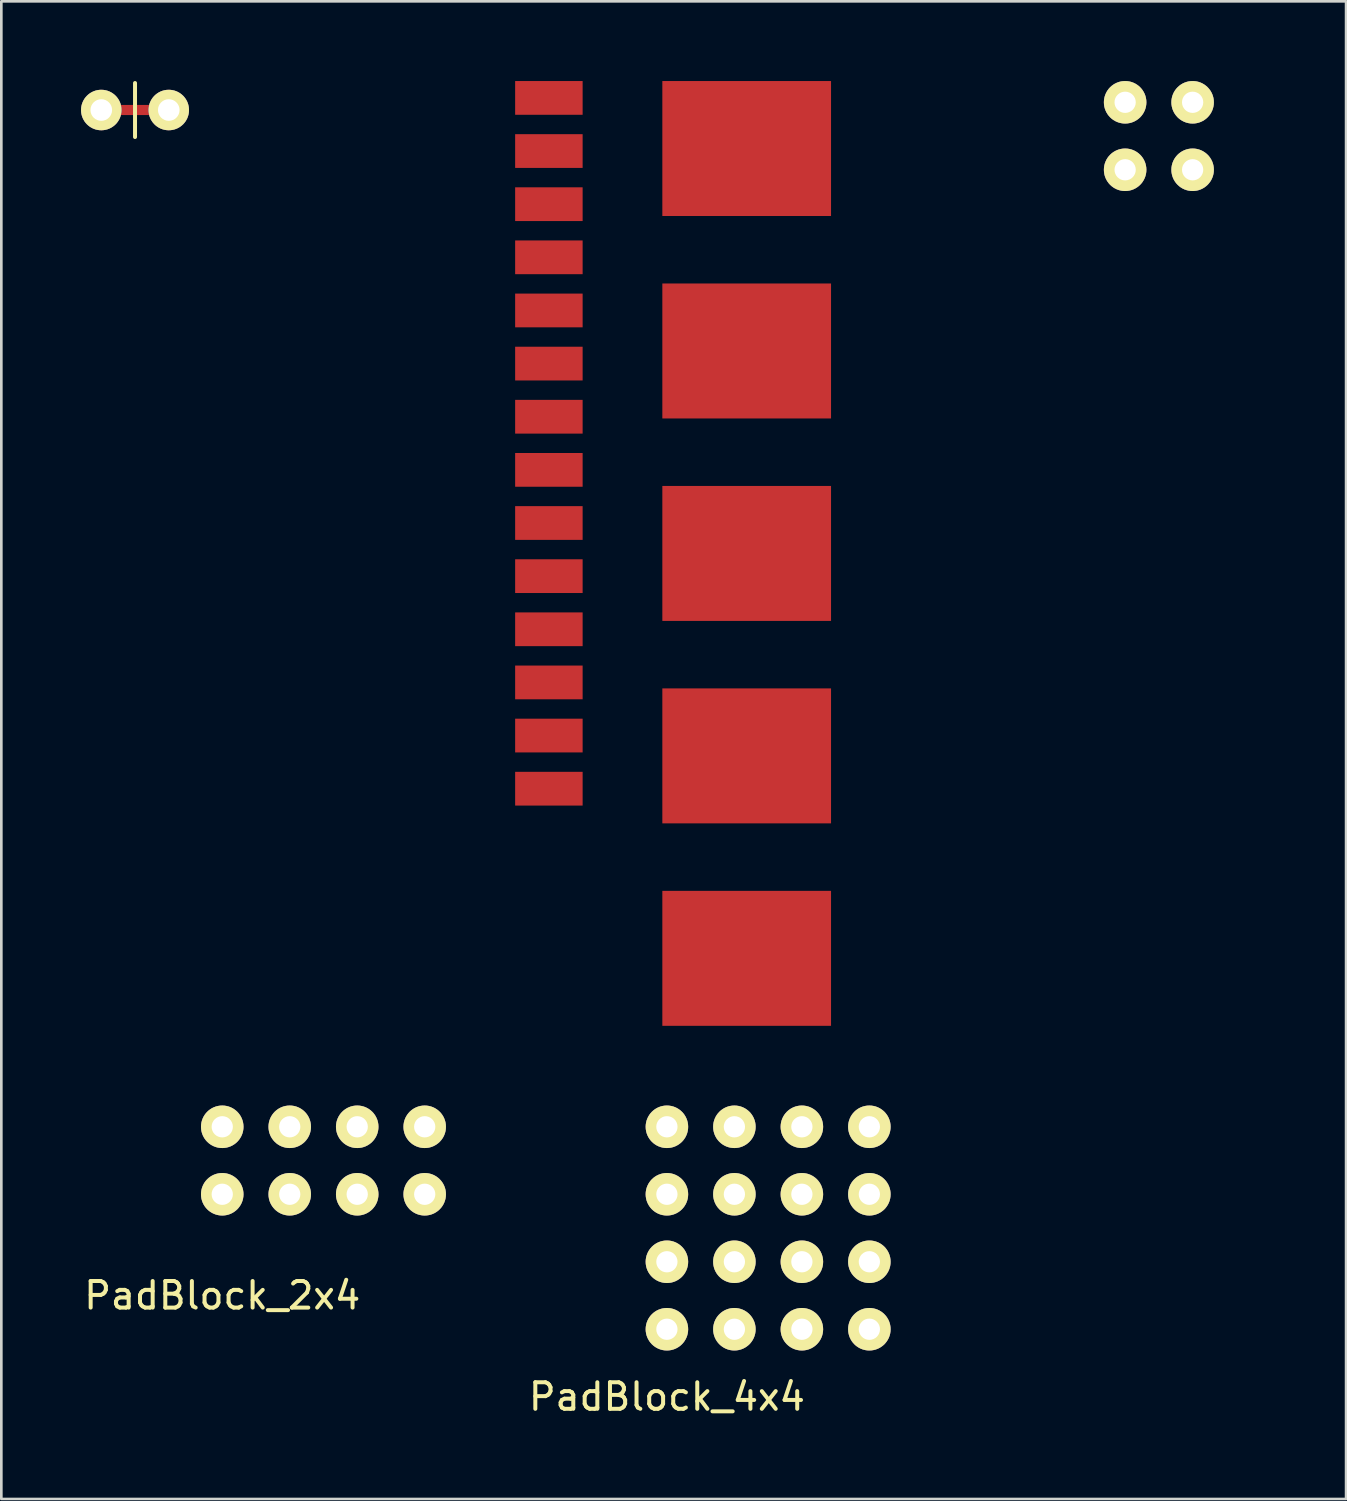
<source format=kicad_pcb>
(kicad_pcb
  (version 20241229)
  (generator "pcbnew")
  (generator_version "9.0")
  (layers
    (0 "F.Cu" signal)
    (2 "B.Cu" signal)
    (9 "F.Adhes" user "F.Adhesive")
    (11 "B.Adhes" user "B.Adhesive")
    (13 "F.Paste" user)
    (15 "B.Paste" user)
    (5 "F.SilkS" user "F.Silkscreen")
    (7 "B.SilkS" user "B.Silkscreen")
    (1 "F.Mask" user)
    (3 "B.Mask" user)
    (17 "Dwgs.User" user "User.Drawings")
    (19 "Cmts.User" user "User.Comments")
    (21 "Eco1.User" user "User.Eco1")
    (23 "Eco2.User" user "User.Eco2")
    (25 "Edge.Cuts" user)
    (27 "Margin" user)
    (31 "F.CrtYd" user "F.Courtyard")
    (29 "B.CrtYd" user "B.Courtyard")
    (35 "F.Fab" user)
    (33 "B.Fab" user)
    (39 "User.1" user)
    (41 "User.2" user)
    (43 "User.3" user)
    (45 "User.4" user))
  (footprint "C100_display_edge_connector"
    (layer "F.Cu")
    (at 17.609 0.635)
    (property "Reference" "C100_display_edge_connector" (at -3.175 11.745 90) (layer "Eco1.User") (effects (font (size 1 1) (thickness 0.15))))
    (attr through_hole)
    (pad "1" smd rect (at 0 0) (size 2.54 1.27) (layers "F.Cu" "F.Mask"))
    (pad "2" smd rect (at 0 2) (size 2.54 1.27) (layers "F.Cu" "F.Mask"))
    (pad "3" smd rect (at 0 4) (size 2.54 1.27) (layers "F.Cu" "F.Mask"))
    (pad "4" smd rect (at 0 6) (size 2.54 1.27) (layers "F.Cu" "F.Mask"))
    (pad "5" smd rect (at 0 8) (size 2.54 1.27) (layers "F.Cu" "F.Mask"))
    (pad "6" smd rect (at 0 10) (size 2.54 1.27) (layers "F.Cu" "F.Mask"))
    (pad "7" smd rect (at 0 12) (size 2.54 1.27) (layers "F.Cu" "F.Mask"))
    (pad "8" smd rect (at 0 14) (size 2.54 1.27) (layers "F.Cu" "F.Mask"))
    (pad "9" smd rect (at 0 16) (size 2.54 1.27) (layers "F.Cu" "F.Mask"))
    (pad "10" smd rect (at 0 18) (size 2.54 1.27) (layers "F.Cu" "F.Mask"))
    (pad "11" smd rect (at 0 20) (size 2.54 1.27) (layers "F.Cu" "F.Mask"))
    (pad "12" smd rect (at 0 22) (size 2.54 1.27) (layers "F.Cu" "F.Mask"))
    (pad "13" smd rect (at 0 24) (size 2.54 1.27) (layers "F.Cu" "F.Mask"))
    (pad "14" smd rect (at 0 26) (size 2.54 1.27) (layers "F.Cu" "F.Mask")))
  (footprint "Bridge_Conn"
    (layer "F.Cu")
    (at 2.032 1.091)
    (property "Reference" "Bridge_Conn" (at 3.81 0 0) (layer "Eco1.User") (effects (font (size 1 1) (thickness 0.15))))
    (attr through_hole)
    (fp_line (start -0.762 0) (end 0.762 0) (stroke (width 0.381) (type solid)) (layer "F.Cu"))
    (fp_line (start 0 -1.016) (end 0 1.016) (stroke (width 0.15) (type solid)) (layer "F.SilkS"))
    (pad "1" thru_hole circle (at -1.27 0) (size 1.524 1.524) (drill 0.813) (layers "*.Cu" "*.Mask" "F.SilkS"))
    (pad "2" thru_hole circle (at 1.27 0) (size 1.524 1.524) (drill 0.813) (layers "*.Cu" "*.Mask" "F.SilkS")))
  (footprint "C100_rear_connector"
    (layer "F.Cu")
    (at 25.054 2.54)
    (property "Reference" "C100_rear_connector" (at 5.08 12.7 90) (layer "Eco1.User") (effects (font (size 1 1) (thickness 0.15))))
    (attr through_hole)
    (pad "1" smd rect (at 0 0) (size 6.35 5.08) (layers "F.Cu" "F.Mask"))
    (pad "2" smd rect (at 0 7.62) (size 6.35 5.08) (layers "F.Cu" "F.Mask"))
    (pad "3" smd rect (at 0 15.24) (size 6.35 5.08) (layers "F.Cu" "F.Mask"))
    (pad "4" smd rect (at 0 22.86) (size 6.35 5.08) (layers "F.Cu" "F.Mask"))
    (pad "5" smd rect (at 0 30.48) (size 6.35 5.08) (layers "F.Cu" "F.Mask")))
  (footprint "PadBlock_2x4"
    (layer "F.Cu")
    (at 5.315 39.36)
    (property "Reference" "PadBlock_2x4" (at 0 6.35 0) (layer "F.SilkS") (effects (font (size 1 1) (thickness 0.15))))
    (attr through_hole)
    (pad "1" thru_hole circle (at 0 0) (size 1.6 1.6) (drill 0.8) (layers "*.Cu" "*.Mask" "F.SilkS"))
    (pad "2" thru_hole circle (at 2.54 0) (size 1.6 1.6) (drill 0.8) (layers "*.Cu" "*.Mask" "F.SilkS"))
    (pad "3" thru_hole circle (at 5.08 0) (size 1.6 1.6) (drill 0.8) (layers "*.Cu" "*.Mask" "F.SilkS"))
    (pad "4" thru_hole circle (at 7.62 0) (size 1.6 1.6) (drill 0.8) (layers "*.Cu" "*.Mask" "F.SilkS"))
    (pad "5" thru_hole circle (at 0 2.54) (size 1.6 1.6) (drill 0.8) (layers "*.Cu" "*.Mask" "F.SilkS"))
    (pad "6" thru_hole circle (at 2.54 2.54) (size 1.6 1.6) (drill 0.8) (layers "*.Cu" "*.Mask" "F.SilkS"))
    (pad "7" thru_hole circle (at 5.08 2.54) (size 1.6 1.6) (drill 0.8) (layers "*.Cu" "*.Mask" "F.SilkS"))
    (pad "8" thru_hole circle (at 7.62 2.54) (size 1.6 1.6) (drill 0.8) (layers "*.Cu" "*.Mask" "F.SilkS")))
  (footprint "PadBlock_2x2"
    (layer "F.Cu")
    (at 39.298 0.8)
    (property "Reference" "PadBlock_2x2" (at 0 5.08 0) (layer "Eco1.User") (effects (font (size 1 1) (thickness 0.15))))
    (attr through_hole)
    (pad "1" thru_hole circle (at 0 0) (size 1.6 1.6) (drill 0.8) (layers "*.Cu" "*.Mask" "F.SilkS"))
    (pad "2" thru_hole circle (at 2.54 0) (size 1.6 1.6) (drill 0.8) (layers "*.Cu" "*.Mask" "F.SilkS"))
    (pad "3" thru_hole circle (at 0 2.54) (size 1.6 1.6) (drill 0.8) (layers "*.Cu" "*.Mask" "F.SilkS"))
    (pad "4" thru_hole circle (at 2.54 2.54) (size 1.6 1.6) (drill 0.8) (layers "*.Cu" "*.Mask" "F.SilkS")))
  (footprint "PadBlock_4x4"
    (layer "F.Cu")
    (at 22.051 39.36)
    (property "Reference" "PadBlock_4x4" (at 0 10.16 0) (layer "F.SilkS") (effects (font (size 1 1) (thickness 0.15))))
    (attr through_hole)
    (pad "1" thru_hole circle (at 0 0) (size 1.6 1.6) (drill 0.8) (layers "*.Cu" "*.Mask" "F.SilkS"))
    (pad "2" thru_hole circle (at 2.54 0) (size 1.6 1.6) (drill 0.8) (layers "*.Cu" "*.Mask" "F.SilkS"))
    (pad "3" thru_hole circle (at 5.08 0) (size 1.6 1.6) (drill 0.8) (layers "*.Cu" "*.Mask" "F.SilkS"))
    (pad "4" thru_hole circle (at 7.62 0) (size 1.6 1.6) (drill 0.8) (layers "*.Cu" "*.Mask" "F.SilkS"))
    (pad "5" thru_hole circle (at 0 2.54) (size 1.6 1.6) (drill 0.8) (layers "*.Cu" "*.Mask" "F.SilkS"))
    (pad "6" thru_hole circle (at 2.54 2.54) (size 1.6 1.6) (drill 0.8) (layers "*.Cu" "*.Mask" "F.SilkS"))
    (pad "7" thru_hole circle (at 5.08 2.54) (size 1.6 1.6) (drill 0.8) (layers "*.Cu" "*.Mask" "F.SilkS"))
    (pad "8" thru_hole circle (at 7.62 2.54) (size 1.6 1.6) (drill 0.8) (layers "*.Cu" "*.Mask" "F.SilkS"))
    (pad "9" thru_hole circle (at 0 5.08) (size 1.6 1.6) (drill 0.8) (layers "*.Cu" "*.Mask" "F.SilkS"))
    (pad "10" thru_hole circle (at 2.54 5.08) (size 1.6 1.6) (drill 0.8) (layers "*.Cu" "*.Mask" "F.SilkS"))
    (pad "11" thru_hole circle (at 5.08 5.08) (size 1.6 1.6) (drill 0.8) (layers "*.Cu" "*.Mask" "F.SilkS"))
    (pad "12" thru_hole circle (at 7.62 5.08) (size 1.6 1.6) (drill 0.8) (layers "*.Cu" "*.Mask" "F.SilkS"))
    (pad "13" thru_hole circle (at 0 7.62) (size 1.6 1.6) (drill 0.8) (layers "*.Cu" "*.Mask" "F.SilkS"))
    (pad "14" thru_hole circle (at 2.54 7.62) (size 1.6 1.6) (drill 0.8) (layers "*.Cu" "*.Mask" "F.SilkS"))
    (pad "15" thru_hole circle (at 5.08 7.62) (size 1.6 1.6) (drill 0.8) (layers "*.Cu" "*.Mask" "F.SilkS"))
    (pad "16" thru_hole circle (at 7.62 7.62) (size 1.6 1.6) (drill 0.8) (layers "*.Cu" "*.Mask" "F.SilkS")))
  (gr_rect
    (start -3 -3)
    (end 47.614 53.368)
    (stroke (width 0.1) (type default))
    (fill no)
    (layer "Edge.Cuts")))
</source>
